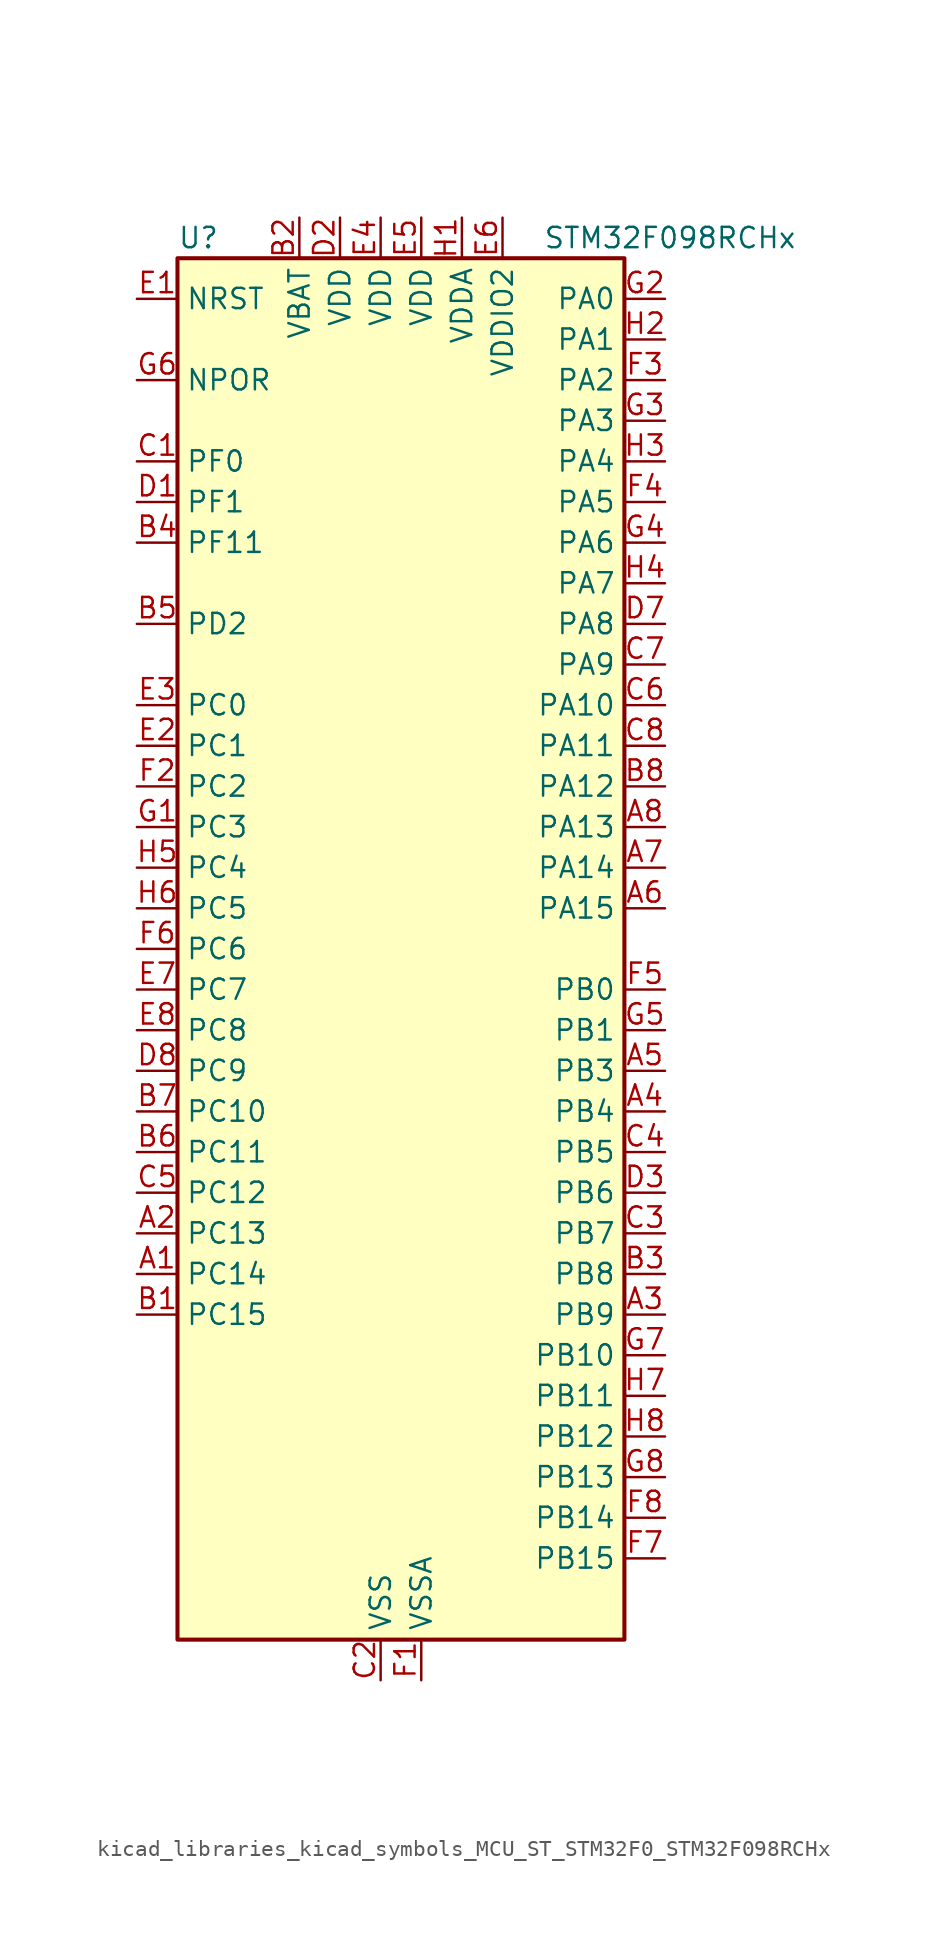
<source format=kicad_sym>
(kicad_symbol_lib
  (version 20220914)
  (generator kicad_symbol_editor)
  (symbol "kicad_libraries_kicad_symbols_MCU_ST_STM32F0_STM32F098RCHx"
    (property "Reference" "U"
      (at -12.7 44.45 0)
      (effects (font (size 1.27 1.27)) (justify left)))
    (property "Value" "STM32F098RCHx"
      (at 10.16 44.45 0)
      (effects (font (size 1.27 1.27)) (justify left)))
    (property "ki_locked" ""
      (at 0 0 0)
      (effects (font (size 1.27 1.27))))
    (symbol "kicad_libraries_kicad_symbols_MCU_ST_STM32F0_STM32F098RCHx_0_1"
      (rectangle (start -12.7 -43.18) (end 15.24 43.18) (stroke (width 0.254) (type default)) (fill (type background))))
    (symbol "kicad_libraries_kicad_symbols_MCU_ST_STM32F0_STM32F098RCHx_1_1"
      (pin bidirectional line (at -15.24 -20.32 0) (length 2.54) (name "PC14" (effects (font (size 1.27 1.27)))) (number "A1" (effects (font (size 1.27 1.27)))) (alternate "RCC_OSC32_IN" bidirectional line))
      (pin bidirectional line (at -15.24 -17.78 0) (length 2.54) (name "PC13" (effects (font (size 1.27 1.27)))) (number "A2" (effects (font (size 1.27 1.27)))) (alternate "RTC_OUT_ALARM" bidirectional line) (alternate "RTC_OUT_CALIB" bidirectional line) (alternate "RTC_TAMP1" bidirectional line) (alternate "RTC_TS" bidirectional line) (alternate "SYS_WKUP2" bidirectional line))
      (pin bidirectional line (at 17.78 -22.86 180) (length 2.54) (name "PB9" (effects (font (size 1.27 1.27)))) (number "A3" (effects (font (size 1.27 1.27)))) (alternate "CAN_TX" bidirectional line) (alternate "DAC_EXTI9" bidirectional line) (alternate "I2C1_SDA" bidirectional line) (alternate "I2S2_WS" bidirectional line) (alternate "IR_OUT" bidirectional line) (alternate "SPI2_NSS" bidirectional line) (alternate "TIM17_CH1" bidirectional line))
      (pin bidirectional line (at 17.78 -10.16 180) (length 2.54) (name "PB4" (effects (font (size 1.27 1.27)))) (number "A4" (effects (font (size 1.27 1.27)))) (alternate "I2S1_MCK" bidirectional line) (alternate "SPI1_MISO" bidirectional line) (alternate "TIM17_BKIN" bidirectional line) (alternate "TIM3_CH1" bidirectional line) (alternate "TSC_G5_IO2" bidirectional line) (alternate "USART5_RX" bidirectional line))
      (pin bidirectional line (at 17.78 -7.62 180) (length 2.54) (name "PB3" (effects (font (size 1.27 1.27)))) (number "A5" (effects (font (size 1.27 1.27)))) (alternate "I2S1_CK" bidirectional line) (alternate "SPI1_SCK" bidirectional line) (alternate "TIM2_CH2" bidirectional line) (alternate "TSC_G5_IO1" bidirectional line) (alternate "USART5_TX" bidirectional line))
      (pin bidirectional line (at 17.78 2.54 180) (length 2.54) (name "PA15" (effects (font (size 1.27 1.27)))) (number "A6" (effects (font (size 1.27 1.27)))) (alternate "I2S1_WS" bidirectional line) (alternate "SPI1_NSS" bidirectional line) (alternate "TIM2_CH1" bidirectional line) (alternate "TIM2_ETR" bidirectional line) (alternate "USART2_RX" bidirectional line) (alternate "USART4_DE" bidirectional line) (alternate "USART4_RTS" bidirectional line))
      (pin bidirectional line (at 17.78 5.08 180) (length 2.54) (name "PA14" (effects (font (size 1.27 1.27)))) (number "A7" (effects (font (size 1.27 1.27)))) (alternate "SYS_SWCLK" bidirectional line) (alternate "USART2_TX" bidirectional line))
      (pin bidirectional line (at 17.78 7.62 180) (length 2.54) (name "PA13" (effects (font (size 1.27 1.27)))) (number "A8" (effects (font (size 1.27 1.27)))) (alternate "IR_OUT" bidirectional line) (alternate "SYS_SWDIO" bidirectional line))
      (pin bidirectional line (at -15.24 -22.86 0) (length 2.54) (name "PC15" (effects (font (size 1.27 1.27)))) (number "B1" (effects (font (size 1.27 1.27)))) (alternate "RCC_OSC32_OUT" bidirectional line))
      (pin power_in line (at -5.08 45.72 270) (length 2.54) (name "VBAT" (effects (font (size 1.27 1.27)))) (number "B2" (effects (font (size 1.27 1.27)))))
      (pin bidirectional line (at 17.78 -20.32 180) (length 2.54) (name "PB8" (effects (font (size 1.27 1.27)))) (number "B3" (effects (font (size 1.27 1.27)))) (alternate "CAN_RX" bidirectional line) (alternate "CEC" bidirectional line) (alternate "I2C1_SCL" bidirectional line) (alternate "TIM16_CH1" bidirectional line) (alternate "TSC_SYNC" bidirectional line))
      (pin bidirectional line (at -15.24 25.4 0) (length 2.54) (name "PF11" (effects (font (size 1.27 1.27)))) (number "B4" (effects (font (size 1.27 1.27)))))
      (pin bidirectional line (at -15.24 20.32 0) (length 2.54) (name "PD2" (effects (font (size 1.27 1.27)))) (number "B5" (effects (font (size 1.27 1.27)))) (alternate "TIM3_ETR" bidirectional line) (alternate "USART3_DE" bidirectional line) (alternate "USART3_RTS" bidirectional line) (alternate "USART5_RX" bidirectional line))
      (pin bidirectional line (at -15.24 -12.7 0) (length 2.54) (name "PC11" (effects (font (size 1.27 1.27)))) (number "B6" (effects (font (size 1.27 1.27)))) (alternate "USART3_RX" bidirectional line) (alternate "USART4_RX" bidirectional line))
      (pin bidirectional line (at -15.24 -10.16 0) (length 2.54) (name "PC10" (effects (font (size 1.27 1.27)))) (number "B7" (effects (font (size 1.27 1.27)))) (alternate "USART3_TX" bidirectional line) (alternate "USART4_TX" bidirectional line))
      (pin bidirectional line (at 17.78 10.16 180) (length 2.54) (name "PA12" (effects (font (size 1.27 1.27)))) (number "B8" (effects (font (size 1.27 1.27)))) (alternate "CAN_TX" bidirectional line) (alternate "COMP2_OUT" bidirectional line) (alternate "I2C2_SDA" bidirectional line) (alternate "TIM1_ETR" bidirectional line) (alternate "TSC_G4_IO4" bidirectional line) (alternate "USART1_DE" bidirectional line) (alternate "USART1_RTS" bidirectional line))
      (pin bidirectional line (at -15.24 30.48 0) (length 2.54) (name "PF0" (effects (font (size 1.27 1.27)))) (number "C1" (effects (font (size 1.27 1.27)))) (alternate "CRS_SYNC" bidirectional line) (alternate "I2C1_SDA" bidirectional line) (alternate "RCC_OSC_IN" bidirectional line))
      (pin power_in line (at 0 -45.72 90) (length 2.54) (name "VSS" (effects (font (size 1.27 1.27)))) (number "C2" (effects (font (size 1.27 1.27)))))
      (pin bidirectional line (at 17.78 -17.78 180) (length 2.54) (name "PB7" (effects (font (size 1.27 1.27)))) (number "C3" (effects (font (size 1.27 1.27)))) (alternate "I2C1_SDA" bidirectional line) (alternate "TIM17_CH1N" bidirectional line) (alternate "TSC_G5_IO4" bidirectional line) (alternate "USART1_RX" bidirectional line) (alternate "USART4_CTS" bidirectional line))
      (pin bidirectional line (at 17.78 -12.7 180) (length 2.54) (name "PB5" (effects (font (size 1.27 1.27)))) (number "C4" (effects (font (size 1.27 1.27)))) (alternate "I2C1_SMBA" bidirectional line) (alternate "I2S1_SD" bidirectional line) (alternate "SPI1_MOSI" bidirectional line) (alternate "SYS_WKUP6" bidirectional line) (alternate "TIM16_BKIN" bidirectional line) (alternate "TIM3_CH2" bidirectional line) (alternate "USART5_CK" bidirectional line) (alternate "USART5_DE" bidirectional line) (alternate "USART5_RTS" bidirectional line))
      (pin bidirectional line (at -15.24 -15.24 0) (length 2.54) (name "PC12" (effects (font (size 1.27 1.27)))) (number "C5" (effects (font (size 1.27 1.27)))) (alternate "USART3_CK" bidirectional line) (alternate "USART4_CK" bidirectional line) (alternate "USART5_TX" bidirectional line))
      (pin bidirectional line (at 17.78 15.24 180) (length 2.54) (name "PA10" (effects (font (size 1.27 1.27)))) (number "C6" (effects (font (size 1.27 1.27)))) (alternate "I2C1_SDA" bidirectional line) (alternate "TIM17_BKIN" bidirectional line) (alternate "TIM1_CH3" bidirectional line) (alternate "TSC_G4_IO2" bidirectional line) (alternate "USART1_RX" bidirectional line))
      (pin bidirectional line (at 17.78 17.78 180) (length 2.54) (name "PA9" (effects (font (size 1.27 1.27)))) (number "C7" (effects (font (size 1.27 1.27)))) (alternate "DAC_EXTI9" bidirectional line) (alternate "I2C1_SCL" bidirectional line) (alternate "RCC_MCO" bidirectional line) (alternate "TIM15_BKIN" bidirectional line) (alternate "TIM1_CH2" bidirectional line) (alternate "TSC_G4_IO1" bidirectional line) (alternate "USART1_TX" bidirectional line))
      (pin bidirectional line (at 17.78 12.7 180) (length 2.54) (name "PA11" (effects (font (size 1.27 1.27)))) (number "C8" (effects (font (size 1.27 1.27)))) (alternate "CAN_RX" bidirectional line) (alternate "COMP1_OUT" bidirectional line) (alternate "I2C2_SCL" bidirectional line) (alternate "TIM1_CH4" bidirectional line) (alternate "TSC_G4_IO3" bidirectional line) (alternate "USART1_CTS" bidirectional line))
      (pin bidirectional line (at -15.24 27.94 0) (length 2.54) (name "PF1" (effects (font (size 1.27 1.27)))) (number "D1" (effects (font (size 1.27 1.27)))) (alternate "I2C1_SCL" bidirectional line) (alternate "RCC_OSC_OUT" bidirectional line))
      (pin power_in line (at -2.54 45.72 270) (length 2.54) (name "VDD" (effects (font (size 1.27 1.27)))) (number "D2" (effects (font (size 1.27 1.27)))))
      (pin bidirectional line (at 17.78 -15.24 180) (length 2.54) (name "PB6" (effects (font (size 1.27 1.27)))) (number "D3" (effects (font (size 1.27 1.27)))) (alternate "I2C1_SCL" bidirectional line) (alternate "TIM16_CH1N" bidirectional line) (alternate "TSC_G5_IO3" bidirectional line) (alternate "USART1_TX" bidirectional line))
      (pin passive line (at 0 -45.72 90) (length 2.54) hide (name "VSS" (effects (font (size 1.27 1.27)))) (number "D4" (effects (font (size 1.27 1.27)))))
      (pin passive line (at 0 -45.72 90) (length 2.54) hide (name "VSS" (effects (font (size 1.27 1.27)))) (number "D5" (effects (font (size 1.27 1.27)))))
      (pin passive line (at 0 -45.72 90) (length 2.54) hide (name "VSS" (effects (font (size 1.27 1.27)))) (number "D6" (effects (font (size 1.27 1.27)))))
      (pin bidirectional line (at 17.78 20.32 180) (length 2.54) (name "PA8" (effects (font (size 1.27 1.27)))) (number "D7" (effects (font (size 1.27 1.27)))) (alternate "CRS_SYNC" bidirectional line) (alternate "RCC_MCO" bidirectional line) (alternate "TIM1_CH1" bidirectional line) (alternate "USART1_CK" bidirectional line))
      (pin bidirectional line (at -15.24 -7.62 0) (length 2.54) (name "PC9" (effects (font (size 1.27 1.27)))) (number "D8" (effects (font (size 1.27 1.27)))) (alternate "DAC_EXTI9" bidirectional line) (alternate "TIM3_CH4" bidirectional line) (alternate "USART8_RX" bidirectional line))
      (pin input line (at -15.24 40.64 0) (length 2.54) (name "NRST" (effects (font (size 1.27 1.27)))) (number "E1" (effects (font (size 1.27 1.27)))))
      (pin bidirectional line (at -15.24 12.7 0) (length 2.54) (name "PC1" (effects (font (size 1.27 1.27)))) (number "E2" (effects (font (size 1.27 1.27)))) (alternate "ADC_IN11" bidirectional line) (alternate "USART6_RX" bidirectional line) (alternate "USART7_RX" bidirectional line))
      (pin bidirectional line (at -15.24 15.24 0) (length 2.54) (name "PC0" (effects (font (size 1.27 1.27)))) (number "E3" (effects (font (size 1.27 1.27)))) (alternate "ADC_IN10" bidirectional line) (alternate "USART6_TX" bidirectional line) (alternate "USART7_TX" bidirectional line))
      (pin power_in line (at 0 45.72 270) (length 2.54) (name "VDD" (effects (font (size 1.27 1.27)))) (number "E4" (effects (font (size 1.27 1.27)))))
      (pin power_in line (at 2.54 45.72 270) (length 2.54) (name "VDD" (effects (font (size 1.27 1.27)))) (number "E5" (effects (font (size 1.27 1.27)))))
      (pin power_in line (at 7.62 45.72 270) (length 2.54) (name "VDDIO2" (effects (font (size 1.27 1.27)))) (number "E6" (effects (font (size 1.27 1.27)))))
      (pin bidirectional line (at -15.24 -2.54 0) (length 2.54) (name "PC7" (effects (font (size 1.27 1.27)))) (number "E7" (effects (font (size 1.27 1.27)))) (alternate "TIM3_CH2" bidirectional line) (alternate "USART7_RX" bidirectional line))
      (pin bidirectional line (at -15.24 -5.08 0) (length 2.54) (name "PC8" (effects (font (size 1.27 1.27)))) (number "E8" (effects (font (size 1.27 1.27)))) (alternate "TIM3_CH3" bidirectional line) (alternate "USART8_TX" bidirectional line))
      (pin power_in line (at 2.54 -45.72 90) (length 2.54) (name "VSSA" (effects (font (size 1.27 1.27)))) (number "F1" (effects (font (size 1.27 1.27)))))
      (pin bidirectional line (at -15.24 10.16 0) (length 2.54) (name "PC2" (effects (font (size 1.27 1.27)))) (number "F2" (effects (font (size 1.27 1.27)))) (alternate "ADC_IN12" bidirectional line) (alternate "I2S2_MCK" bidirectional line) (alternate "SPI2_MISO" bidirectional line) (alternate "USART8_TX" bidirectional line))
      (pin bidirectional line (at 17.78 35.56 180) (length 2.54) (name "PA2" (effects (font (size 1.27 1.27)))) (number "F3" (effects (font (size 1.27 1.27)))) (alternate "ADC_IN2" bidirectional line) (alternate "COMP2_INM" bidirectional line) (alternate "COMP2_OUT" bidirectional line) (alternate "SYS_WKUP4" bidirectional line) (alternate "TIM15_CH1" bidirectional line) (alternate "TIM2_CH3" bidirectional line) (alternate "TSC_G1_IO3" bidirectional line) (alternate "USART2_TX" bidirectional line))
      (pin bidirectional line (at 17.78 27.94 180) (length 2.54) (name "PA5" (effects (font (size 1.27 1.27)))) (number "F4" (effects (font (size 1.27 1.27)))) (alternate "ADC_IN5" bidirectional line) (alternate "CEC" bidirectional line) (alternate "COMP1_INM" bidirectional line) (alternate "COMP2_INM" bidirectional line) (alternate "DAC_OUT2" bidirectional line) (alternate "I2S1_CK" bidirectional line) (alternate "SPI1_SCK" bidirectional line) (alternate "TIM2_CH1" bidirectional line) (alternate "TIM2_ETR" bidirectional line) (alternate "TSC_G2_IO2" bidirectional line) (alternate "USART6_RX" bidirectional line))
      (pin bidirectional line (at 17.78 -2.54 180) (length 2.54) (name "PB0" (effects (font (size 1.27 1.27)))) (number "F5" (effects (font (size 1.27 1.27)))) (alternate "ADC_IN8" bidirectional line) (alternate "TIM1_CH2N" bidirectional line) (alternate "TIM3_CH3" bidirectional line) (alternate "TSC_G3_IO2" bidirectional line) (alternate "USART3_CK" bidirectional line))
      (pin bidirectional line (at -15.24 0 0) (length 2.54) (name "PC6" (effects (font (size 1.27 1.27)))) (number "F6" (effects (font (size 1.27 1.27)))) (alternate "TIM3_CH1" bidirectional line) (alternate "USART7_TX" bidirectional line))
      (pin bidirectional line (at 17.78 -38.1 180) (length 2.54) (name "PB15" (effects (font (size 1.27 1.27)))) (number "F7" (effects (font (size 1.27 1.27)))) (alternate "I2S2_SD" bidirectional line) (alternate "RTC_REFIN" bidirectional line) (alternate "SPI2_MOSI" bidirectional line) (alternate "SYS_WKUP7" bidirectional line) (alternate "TIM15_CH1N" bidirectional line) (alternate "TIM15_CH2" bidirectional line) (alternate "TIM1_CH3N" bidirectional line))
      (pin bidirectional line (at 17.78 -35.56 180) (length 2.54) (name "PB14" (effects (font (size 1.27 1.27)))) (number "F8" (effects (font (size 1.27 1.27)))) (alternate "I2C2_SDA" bidirectional line) (alternate "I2S2_MCK" bidirectional line) (alternate "SPI2_MISO" bidirectional line) (alternate "TIM15_CH1" bidirectional line) (alternate "TIM1_CH2N" bidirectional line) (alternate "TSC_G6_IO4" bidirectional line) (alternate "USART3_DE" bidirectional line) (alternate "USART3_RTS" bidirectional line))
      (pin bidirectional line (at -15.24 7.62 0) (length 2.54) (name "PC3" (effects (font (size 1.27 1.27)))) (number "G1" (effects (font (size 1.27 1.27)))) (alternate "ADC_IN13" bidirectional line) (alternate "I2S2_SD" bidirectional line) (alternate "SPI2_MOSI" bidirectional line) (alternate "USART8_RX" bidirectional line))
      (pin bidirectional line (at 17.78 40.64 180) (length 2.54) (name "PA0" (effects (font (size 1.27 1.27)))) (number "G2" (effects (font (size 1.27 1.27)))) (alternate "ADC_IN0" bidirectional line) (alternate "COMP1_INM" bidirectional line) (alternate "COMP1_OUT" bidirectional line) (alternate "RTC_TAMP2" bidirectional line) (alternate "SYS_WKUP1" bidirectional line) (alternate "TIM2_CH1" bidirectional line) (alternate "TIM2_ETR" bidirectional line) (alternate "TSC_G1_IO1" bidirectional line) (alternate "USART2_CTS" bidirectional line) (alternate "USART4_TX" bidirectional line))
      (pin bidirectional line (at 17.78 33.02 180) (length 2.54) (name "PA3" (effects (font (size 1.27 1.27)))) (number "G3" (effects (font (size 1.27 1.27)))) (alternate "ADC_IN3" bidirectional line) (alternate "COMP2_INP" bidirectional line) (alternate "TIM15_CH2" bidirectional line) (alternate "TIM2_CH4" bidirectional line) (alternate "TSC_G1_IO4" bidirectional line) (alternate "USART2_RX" bidirectional line))
      (pin bidirectional line (at 17.78 25.4 180) (length 2.54) (name "PA6" (effects (font (size 1.27 1.27)))) (number "G4" (effects (font (size 1.27 1.27)))) (alternate "ADC_IN6" bidirectional line) (alternate "COMP1_OUT" bidirectional line) (alternate "I2S1_MCK" bidirectional line) (alternate "SPI1_MISO" bidirectional line) (alternate "TIM16_CH1" bidirectional line) (alternate "TIM1_BKIN" bidirectional line) (alternate "TIM3_CH1" bidirectional line) (alternate "TSC_G2_IO3" bidirectional line) (alternate "USART3_CTS" bidirectional line))
      (pin bidirectional line (at 17.78 -5.08 180) (length 2.54) (name "PB1" (effects (font (size 1.27 1.27)))) (number "G5" (effects (font (size 1.27 1.27)))) (alternate "ADC_IN9" bidirectional line) (alternate "TIM14_CH1" bidirectional line) (alternate "TIM1_CH3N" bidirectional line) (alternate "TIM3_CH4" bidirectional line) (alternate "TSC_G3_IO3" bidirectional line) (alternate "USART3_DE" bidirectional line) (alternate "USART3_RTS" bidirectional line))
      (pin input line (at -15.24 35.56 0) (length 2.54) (name "NPOR" (effects (font (size 1.27 1.27)))) (number "G6" (effects (font (size 1.27 1.27)))))
      (pin bidirectional line (at 17.78 -25.4 180) (length 2.54) (name "PB10" (effects (font (size 1.27 1.27)))) (number "G7" (effects (font (size 1.27 1.27)))) (alternate "CEC" bidirectional line) (alternate "I2C2_SCL" bidirectional line) (alternate "I2S2_CK" bidirectional line) (alternate "SPI2_SCK" bidirectional line) (alternate "TIM2_CH3" bidirectional line) (alternate "TSC_SYNC" bidirectional line) (alternate "USART3_TX" bidirectional line))
      (pin bidirectional line (at 17.78 -33.02 180) (length 2.54) (name "PB13" (effects (font (size 1.27 1.27)))) (number "G8" (effects (font (size 1.27 1.27)))) (alternate "I2C2_SCL" bidirectional line) (alternate "I2S2_CK" bidirectional line) (alternate "SPI2_SCK" bidirectional line) (alternate "TIM1_CH1N" bidirectional line) (alternate "TSC_G6_IO3" bidirectional line) (alternate "USART3_CTS" bidirectional line))
      (pin power_in line (at 5.08 45.72 270) (length 2.54) (name "VDDA" (effects (font (size 1.27 1.27)))) (number "H1" (effects (font (size 1.27 1.27)))))
      (pin bidirectional line (at 17.78 38.1 180) (length 2.54) (name "PA1" (effects (font (size 1.27 1.27)))) (number "H2" (effects (font (size 1.27 1.27)))) (alternate "ADC_IN1" bidirectional line) (alternate "COMP1_INP" bidirectional line) (alternate "TIM15_CH1N" bidirectional line) (alternate "TIM2_CH2" bidirectional line) (alternate "TSC_G1_IO2" bidirectional line) (alternate "USART2_DE" bidirectional line) (alternate "USART2_RTS" bidirectional line) (alternate "USART4_RX" bidirectional line))
      (pin bidirectional line (at 17.78 30.48 180) (length 2.54) (name "PA4" (effects (font (size 1.27 1.27)))) (number "H3" (effects (font (size 1.27 1.27)))) (alternate "ADC_IN4" bidirectional line) (alternate "COMP1_INM" bidirectional line) (alternate "COMP2_INM" bidirectional line) (alternate "DAC_OUT1" bidirectional line) (alternate "I2S1_WS" bidirectional line) (alternate "SPI1_NSS" bidirectional line) (alternate "TIM14_CH1" bidirectional line) (alternate "TSC_G2_IO1" bidirectional line) (alternate "USART2_CK" bidirectional line) (alternate "USART6_TX" bidirectional line))
      (pin bidirectional line (at 17.78 22.86 180) (length 2.54) (name "PA7" (effects (font (size 1.27 1.27)))) (number "H4" (effects (font (size 1.27 1.27)))) (alternate "ADC_IN7" bidirectional line) (alternate "COMP2_OUT" bidirectional line) (alternate "I2S1_SD" bidirectional line) (alternate "SPI1_MOSI" bidirectional line) (alternate "TIM14_CH1" bidirectional line) (alternate "TIM17_CH1" bidirectional line) (alternate "TIM1_CH1N" bidirectional line) (alternate "TIM3_CH2" bidirectional line) (alternate "TSC_G2_IO4" bidirectional line))
      (pin bidirectional line (at -15.24 5.08 0) (length 2.54) (name "PC4" (effects (font (size 1.27 1.27)))) (number "H5" (effects (font (size 1.27 1.27)))) (alternate "ADC_IN14" bidirectional line) (alternate "USART3_TX" bidirectional line))
      (pin bidirectional line (at -15.24 2.54 0) (length 2.54) (name "PC5" (effects (font (size 1.27 1.27)))) (number "H6" (effects (font (size 1.27 1.27)))) (alternate "ADC_IN15" bidirectional line) (alternate "SYS_WKUP5" bidirectional line) (alternate "TSC_G3_IO1" bidirectional line) (alternate "USART3_RX" bidirectional line))
      (pin bidirectional line (at 17.78 -27.94 180) (length 2.54) (name "PB11" (effects (font (size 1.27 1.27)))) (number "H7" (effects (font (size 1.27 1.27)))) (alternate "I2C2_SDA" bidirectional line) (alternate "TIM2_CH4" bidirectional line) (alternate "TSC_G6_IO1" bidirectional line) (alternate "USART3_RX" bidirectional line))
      (pin bidirectional line (at 17.78 -30.48 180) (length 2.54) (name "PB12" (effects (font (size 1.27 1.27)))) (number "H8" (effects (font (size 1.27 1.27)))) (alternate "I2S2_WS" bidirectional line) (alternate "SPI2_NSS" bidirectional line) (alternate "TIM15_BKIN" bidirectional line) (alternate "TIM1_BKIN" bidirectional line) (alternate "TSC_G6_IO2" bidirectional line) (alternate "USART3_CK" bidirectional line)))))
</source>
